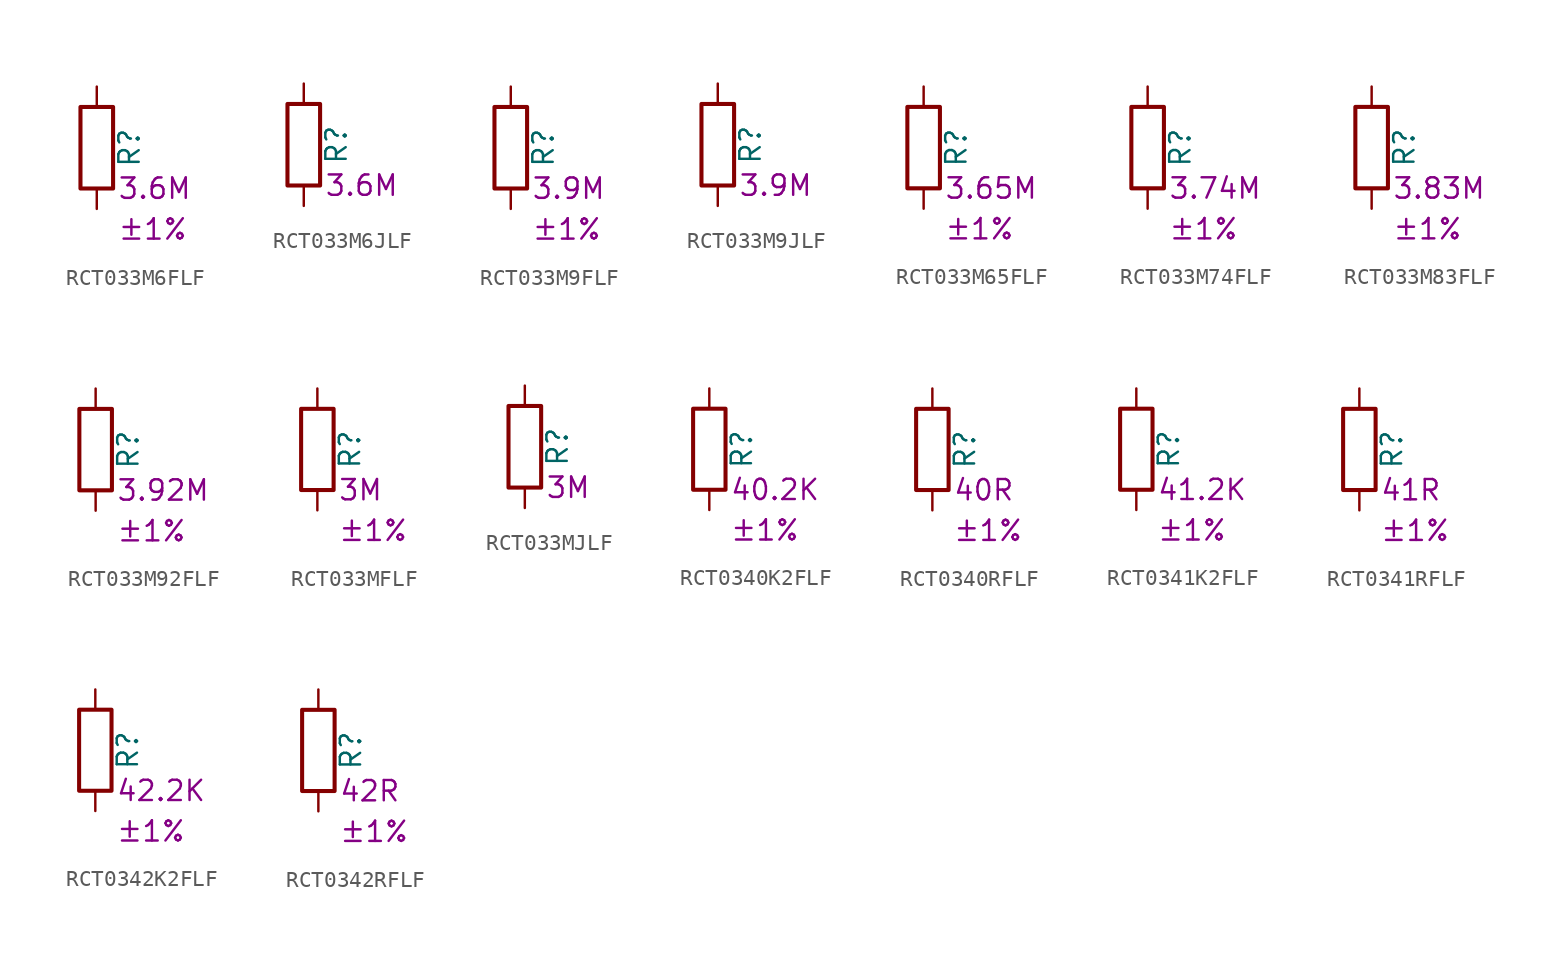
<source format=kicad_sym>
(kicad_symbol_lib
  (version 20220914)
  (generator kicad_symbol_editor)
  (symbol "RCT033M6FLF"
    (pin_numbers hide)
    (pin_names
      (offset 0))
    (property "Reference" "R"
      (at 2.032 0 90)
      (effects (font (size 1.27 1.27))))
    (property "Resistance" "3.6M"
      (at 1.27 -2.54 0)
      (effects (font (size 1.27 1.27)) (justify left)))
    (property "Tolerance" "±1%"
      (at 1.27 -5.08 0)
      (effects (font (size 1.27 1.27)) (justify left)))
    (symbol "RCT033M6FLF_0_1"
      (rectangle (start -1.016 -2.54) (end 1.016 2.54) (stroke (width 0.254) (type default)) (fill (type none))))
    (symbol "RCT033M6FLF_1_1"
      (pin passive line (at 0 3.81 270) (length 1.27) (name "~" (effects (font (size 1.27 1.27)))) (number "1" (effects (font (size 1.27 1.27)))))
      (pin passive line (at 0 -3.81 90) (length 1.27) (name "~" (effects (font (size 1.27 1.27)))) (number "2" (effects (font (size 1.27 1.27)))))))
  (symbol "RCT033M6JLF"
    (pin_numbers hide)
    (pin_names
      (offset 0))
    (property "Reference" "R"
      (at 2.032 0 90)
      (effects (font (size 1.27 1.27))))
    (property "Resistance" "3.6M"
      (at 1.27 -2.54 0)
      (effects (font (size 1.27 1.27)) (justify left)))
    (symbol "RCT033M6JLF_0_1"
      (rectangle (start -1.016 -2.54) (end 1.016 2.54) (stroke (width 0.254) (type default)) (fill (type none))))
    (symbol "RCT033M6JLF_1_1"
      (pin passive line (at 0 3.81 270) (length 1.27) (name "~" (effects (font (size 1.27 1.27)))) (number "1" (effects (font (size 1.27 1.27)))))
      (pin passive line (at 0 -3.81 90) (length 1.27) (name "~" (effects (font (size 1.27 1.27)))) (number "2" (effects (font (size 1.27 1.27)))))))
  (symbol "RCT033M9FLF"
    (pin_numbers hide)
    (pin_names
      (offset 0))
    (property "Reference" "R"
      (at 2.032 0 90)
      (effects (font (size 1.27 1.27))))
    (property "Resistance" "3.9M"
      (at 1.27 -2.54 0)
      (effects (font (size 1.27 1.27)) (justify left)))
    (property "Tolerance" "±1%"
      (at 1.27 -5.08 0)
      (effects (font (size 1.27 1.27)) (justify left)))
    (symbol "RCT033M9FLF_0_1"
      (rectangle (start -1.016 -2.54) (end 1.016 2.54) (stroke (width 0.254) (type default)) (fill (type none))))
    (symbol "RCT033M9FLF_1_1"
      (pin passive line (at 0 3.81 270) (length 1.27) (name "~" (effects (font (size 1.27 1.27)))) (number "1" (effects (font (size 1.27 1.27)))))
      (pin passive line (at 0 -3.81 90) (length 1.27) (name "~" (effects (font (size 1.27 1.27)))) (number "2" (effects (font (size 1.27 1.27)))))))
  (symbol "RCT033M9JLF"
    (pin_numbers hide)
    (pin_names
      (offset 0))
    (property "Reference" "R"
      (at 2.032 0 90)
      (effects (font (size 1.27 1.27))))
    (property "Resistance" "3.9M"
      (at 1.27 -2.54 0)
      (effects (font (size 1.27 1.27)) (justify left)))
    (symbol "RCT033M9JLF_0_1"
      (rectangle (start -1.016 -2.54) (end 1.016 2.54) (stroke (width 0.254) (type default)) (fill (type none))))
    (symbol "RCT033M9JLF_1_1"
      (pin passive line (at 0 3.81 270) (length 1.27) (name "~" (effects (font (size 1.27 1.27)))) (number "1" (effects (font (size 1.27 1.27)))))
      (pin passive line (at 0 -3.81 90) (length 1.27) (name "~" (effects (font (size 1.27 1.27)))) (number "2" (effects (font (size 1.27 1.27)))))))
  (symbol "RCT033M65FLF"
    (pin_numbers hide)
    (pin_names
      (offset 0))
    (property "Reference" "R"
      (at 2.032 0 90)
      (effects (font (size 1.27 1.27))))
    (property "Resistance" "3.65M"
      (at 1.27 -2.54 0)
      (effects (font (size 1.27 1.27)) (justify left)))
    (property "Tolerance" "±1%"
      (at 1.27 -5.08 0)
      (effects (font (size 1.27 1.27)) (justify left)))
    (symbol "RCT033M65FLF_0_1"
      (rectangle (start -1.016 -2.54) (end 1.016 2.54) (stroke (width 0.254) (type default)) (fill (type none))))
    (symbol "RCT033M65FLF_1_1"
      (pin passive line (at 0 3.81 270) (length 1.27) (name "~" (effects (font (size 1.27 1.27)))) (number "1" (effects (font (size 1.27 1.27)))))
      (pin passive line (at 0 -3.81 90) (length 1.27) (name "~" (effects (font (size 1.27 1.27)))) (number "2" (effects (font (size 1.27 1.27)))))))
  (symbol "RCT033M74FLF"
    (pin_numbers hide)
    (pin_names
      (offset 0))
    (property "Reference" "R"
      (at 2.032 0 90)
      (effects (font (size 1.27 1.27))))
    (property "Resistance" "3.74M"
      (at 1.27 -2.54 0)
      (effects (font (size 1.27 1.27)) (justify left)))
    (property "Tolerance" "±1%"
      (at 1.27 -5.08 0)
      (effects (font (size 1.27 1.27)) (justify left)))
    (symbol "RCT033M74FLF_0_1"
      (rectangle (start -1.016 -2.54) (end 1.016 2.54) (stroke (width 0.254) (type default)) (fill (type none))))
    (symbol "RCT033M74FLF_1_1"
      (pin passive line (at 0 3.81 270) (length 1.27) (name "~" (effects (font (size 1.27 1.27)))) (number "1" (effects (font (size 1.27 1.27)))))
      (pin passive line (at 0 -3.81 90) (length 1.27) (name "~" (effects (font (size 1.27 1.27)))) (number "2" (effects (font (size 1.27 1.27)))))))
  (symbol "RCT033M83FLF"
    (pin_numbers hide)
    (pin_names
      (offset 0))
    (property "Reference" "R"
      (at 2.032 0 90)
      (effects (font (size 1.27 1.27))))
    (property "Resistance" "3.83M"
      (at 1.27 -2.54 0)
      (effects (font (size 1.27 1.27)) (justify left)))
    (property "Tolerance" "±1%"
      (at 1.27 -5.08 0)
      (effects (font (size 1.27 1.27)) (justify left)))
    (symbol "RCT033M83FLF_0_1"
      (rectangle (start -1.016 -2.54) (end 1.016 2.54) (stroke (width 0.254) (type default)) (fill (type none))))
    (symbol "RCT033M83FLF_1_1"
      (pin passive line (at 0 3.81 270) (length 1.27) (name "~" (effects (font (size 1.27 1.27)))) (number "1" (effects (font (size 1.27 1.27)))))
      (pin passive line (at 0 -3.81 90) (length 1.27) (name "~" (effects (font (size 1.27 1.27)))) (number "2" (effects (font (size 1.27 1.27)))))))
  (symbol "RCT033M92FLF"
    (pin_numbers hide)
    (pin_names
      (offset 0))
    (property "Reference" "R"
      (at 2.032 0 90)
      (effects (font (size 1.27 1.27))))
    (property "Resistance" "3.92M"
      (at 1.27 -2.54 0)
      (effects (font (size 1.27 1.27)) (justify left)))
    (property "Tolerance" "±1%"
      (at 1.27 -5.08 0)
      (effects (font (size 1.27 1.27)) (justify left)))
    (symbol "RCT033M92FLF_0_1"
      (rectangle (start -1.016 -2.54) (end 1.016 2.54) (stroke (width 0.254) (type default)) (fill (type none))))
    (symbol "RCT033M92FLF_1_1"
      (pin passive line (at 0 3.81 270) (length 1.27) (name "~" (effects (font (size 1.27 1.27)))) (number "1" (effects (font (size 1.27 1.27)))))
      (pin passive line (at 0 -3.81 90) (length 1.27) (name "~" (effects (font (size 1.27 1.27)))) (number "2" (effects (font (size 1.27 1.27)))))))
  (symbol "RCT033MFLF"
    (pin_numbers hide)
    (pin_names
      (offset 0))
    (property "Reference" "R"
      (at 2.032 0 90)
      (effects (font (size 1.27 1.27))))
    (property "Resistance" "3M"
      (at 1.27 -2.54 0)
      (effects (font (size 1.27 1.27)) (justify left)))
    (property "Tolerance" "±1%"
      (at 1.27 -5.08 0)
      (effects (font (size 1.27 1.27)) (justify left)))
    (symbol "RCT033MFLF_0_1"
      (rectangle (start -1.016 -2.54) (end 1.016 2.54) (stroke (width 0.254) (type default)) (fill (type none))))
    (symbol "RCT033MFLF_1_1"
      (pin passive line (at 0 3.81 270) (length 1.27) (name "~" (effects (font (size 1.27 1.27)))) (number "1" (effects (font (size 1.27 1.27)))))
      (pin passive line (at 0 -3.81 90) (length 1.27) (name "~" (effects (font (size 1.27 1.27)))) (number "2" (effects (font (size 1.27 1.27)))))))
  (symbol "RCT033MJLF"
    (pin_numbers hide)
    (pin_names
      (offset 0))
    (property "Reference" "R"
      (at 2.032 0 90)
      (effects (font (size 1.27 1.27))))
    (property "Resistance" "3M"
      (at 1.27 -2.54 0)
      (effects (font (size 1.27 1.27)) (justify left)))
    (symbol "RCT033MJLF_0_1"
      (rectangle (start -1.016 -2.54) (end 1.016 2.54) (stroke (width 0.254) (type default)) (fill (type none))))
    (symbol "RCT033MJLF_1_1"
      (pin passive line (at 0 3.81 270) (length 1.27) (name "~" (effects (font (size 1.27 1.27)))) (number "1" (effects (font (size 1.27 1.27)))))
      (pin passive line (at 0 -3.81 90) (length 1.27) (name "~" (effects (font (size 1.27 1.27)))) (number "2" (effects (font (size 1.27 1.27)))))))
  (symbol "RCT0340K2FLF"
    (pin_numbers hide)
    (pin_names
      (offset 0))
    (property "Reference" "R"
      (at 2.032 0 90)
      (effects (font (size 1.27 1.27))))
    (property "Resistance" "40.2K"
      (at 1.27 -2.54 0)
      (effects (font (size 1.27 1.27)) (justify left)))
    (property "Tolerance" "±1%"
      (at 1.27 -5.08 0)
      (effects (font (size 1.27 1.27)) (justify left)))
    (symbol "RCT0340K2FLF_0_1"
      (rectangle (start -1.016 -2.54) (end 1.016 2.54) (stroke (width 0.254) (type default)) (fill (type none))))
    (symbol "RCT0340K2FLF_1_1"
      (pin passive line (at 0 3.81 270) (length 1.27) (name "~" (effects (font (size 1.27 1.27)))) (number "1" (effects (font (size 1.27 1.27)))))
      (pin passive line (at 0 -3.81 90) (length 1.27) (name "~" (effects (font (size 1.27 1.27)))) (number "2" (effects (font (size 1.27 1.27)))))))
  (symbol "RCT0340RFLF"
    (pin_numbers hide)
    (pin_names
      (offset 0))
    (property "Reference" "R"
      (at 2.032 0 90)
      (effects (font (size 1.27 1.27))))
    (property "Resistance" "40R"
      (at 1.27 -2.54 0)
      (effects (font (size 1.27 1.27)) (justify left)))
    (property "Tolerance" "±1%"
      (at 1.27 -5.08 0)
      (effects (font (size 1.27 1.27)) (justify left)))
    (symbol "RCT0340RFLF_0_1"
      (rectangle (start -1.016 -2.54) (end 1.016 2.54) (stroke (width 0.254) (type default)) (fill (type none))))
    (symbol "RCT0340RFLF_1_1"
      (pin passive line (at 0 3.81 270) (length 1.27) (name "~" (effects (font (size 1.27 1.27)))) (number "1" (effects (font (size 1.27 1.27)))))
      (pin passive line (at 0 -3.81 90) (length 1.27) (name "~" (effects (font (size 1.27 1.27)))) (number "2" (effects (font (size 1.27 1.27)))))))
  (symbol "RCT0341K2FLF"
    (pin_numbers hide)
    (pin_names
      (offset 0))
    (property "Reference" "R"
      (at 2.032 0 90)
      (effects (font (size 1.27 1.27))))
    (property "Resistance" "41.2K"
      (at 1.27 -2.54 0)
      (effects (font (size 1.27 1.27)) (justify left)))
    (property "Tolerance" "±1%"
      (at 1.27 -5.08 0)
      (effects (font (size 1.27 1.27)) (justify left)))
    (symbol "RCT0341K2FLF_0_1"
      (rectangle (start -1.016 -2.54) (end 1.016 2.54) (stroke (width 0.254) (type default)) (fill (type none))))
    (symbol "RCT0341K2FLF_1_1"
      (pin passive line (at 0 3.81 270) (length 1.27) (name "~" (effects (font (size 1.27 1.27)))) (number "1" (effects (font (size 1.27 1.27)))))
      (pin passive line (at 0 -3.81 90) (length 1.27) (name "~" (effects (font (size 1.27 1.27)))) (number "2" (effects (font (size 1.27 1.27)))))))
  (symbol "RCT0341RFLF"
    (pin_numbers hide)
    (pin_names
      (offset 0))
    (property "Reference" "R"
      (at 2.032 0 90)
      (effects (font (size 1.27 1.27))))
    (property "Resistance" "41R"
      (at 1.27 -2.54 0)
      (effects (font (size 1.27 1.27)) (justify left)))
    (property "Tolerance" "±1%"
      (at 1.27 -5.08 0)
      (effects (font (size 1.27 1.27)) (justify left)))
    (symbol "RCT0341RFLF_0_1"
      (rectangle (start -1.016 -2.54) (end 1.016 2.54) (stroke (width 0.254) (type default)) (fill (type none))))
    (symbol "RCT0341RFLF_1_1"
      (pin passive line (at 0 3.81 270) (length 1.27) (name "~" (effects (font (size 1.27 1.27)))) (number "1" (effects (font (size 1.27 1.27)))))
      (pin passive line (at 0 -3.81 90) (length 1.27) (name "~" (effects (font (size 1.27 1.27)))) (number "2" (effects (font (size 1.27 1.27)))))))
  (symbol "RCT0342K2FLF"
    (pin_numbers hide)
    (pin_names
      (offset 0))
    (property "Reference" "R"
      (at 2.032 0 90)
      (effects (font (size 1.27 1.27))))
    (property "Resistance" "42.2K"
      (at 1.27 -2.54 0)
      (effects (font (size 1.27 1.27)) (justify left)))
    (property "Tolerance" "±1%"
      (at 1.27 -5.08 0)
      (effects (font (size 1.27 1.27)) (justify left)))
    (symbol "RCT0342K2FLF_0_1"
      (rectangle (start -1.016 -2.54) (end 1.016 2.54) (stroke (width 0.254) (type default)) (fill (type none))))
    (symbol "RCT0342K2FLF_1_1"
      (pin passive line (at 0 3.81 270) (length 1.27) (name "~" (effects (font (size 1.27 1.27)))) (number "1" (effects (font (size 1.27 1.27)))))
      (pin passive line (at 0 -3.81 90) (length 1.27) (name "~" (effects (font (size 1.27 1.27)))) (number "2" (effects (font (size 1.27 1.27)))))))
  (symbol "RCT0342RFLF"
    (pin_numbers hide)
    (pin_names
      (offset 0))
    (property "Reference" "R"
      (at 2.032 0 90)
      (effects (font (size 1.27 1.27))))
    (property "Resistance" "42R"
      (at 1.27 -2.54 0)
      (effects (font (size 1.27 1.27)) (justify left)))
    (property "Tolerance" "±1%"
      (at 1.27 -5.08 0)
      (effects (font (size 1.27 1.27)) (justify left)))
    (symbol "RCT0342RFLF_0_1"
      (rectangle (start -1.016 -2.54) (end 1.016 2.54) (stroke (width 0.254) (type default)) (fill (type none))))
    (symbol "RCT0342RFLF_1_1"
      (pin passive line (at 0 3.81 270) (length 1.27) (name "~" (effects (font (size 1.27 1.27)))) (number "1" (effects (font (size 1.27 1.27)))))
      (pin passive line (at 0 -3.81 90) (length 1.27) (name "~" (effects (font (size 1.27 1.27)))) (number "2" (effects (font (size 1.27 1.27))))))))
</source>
